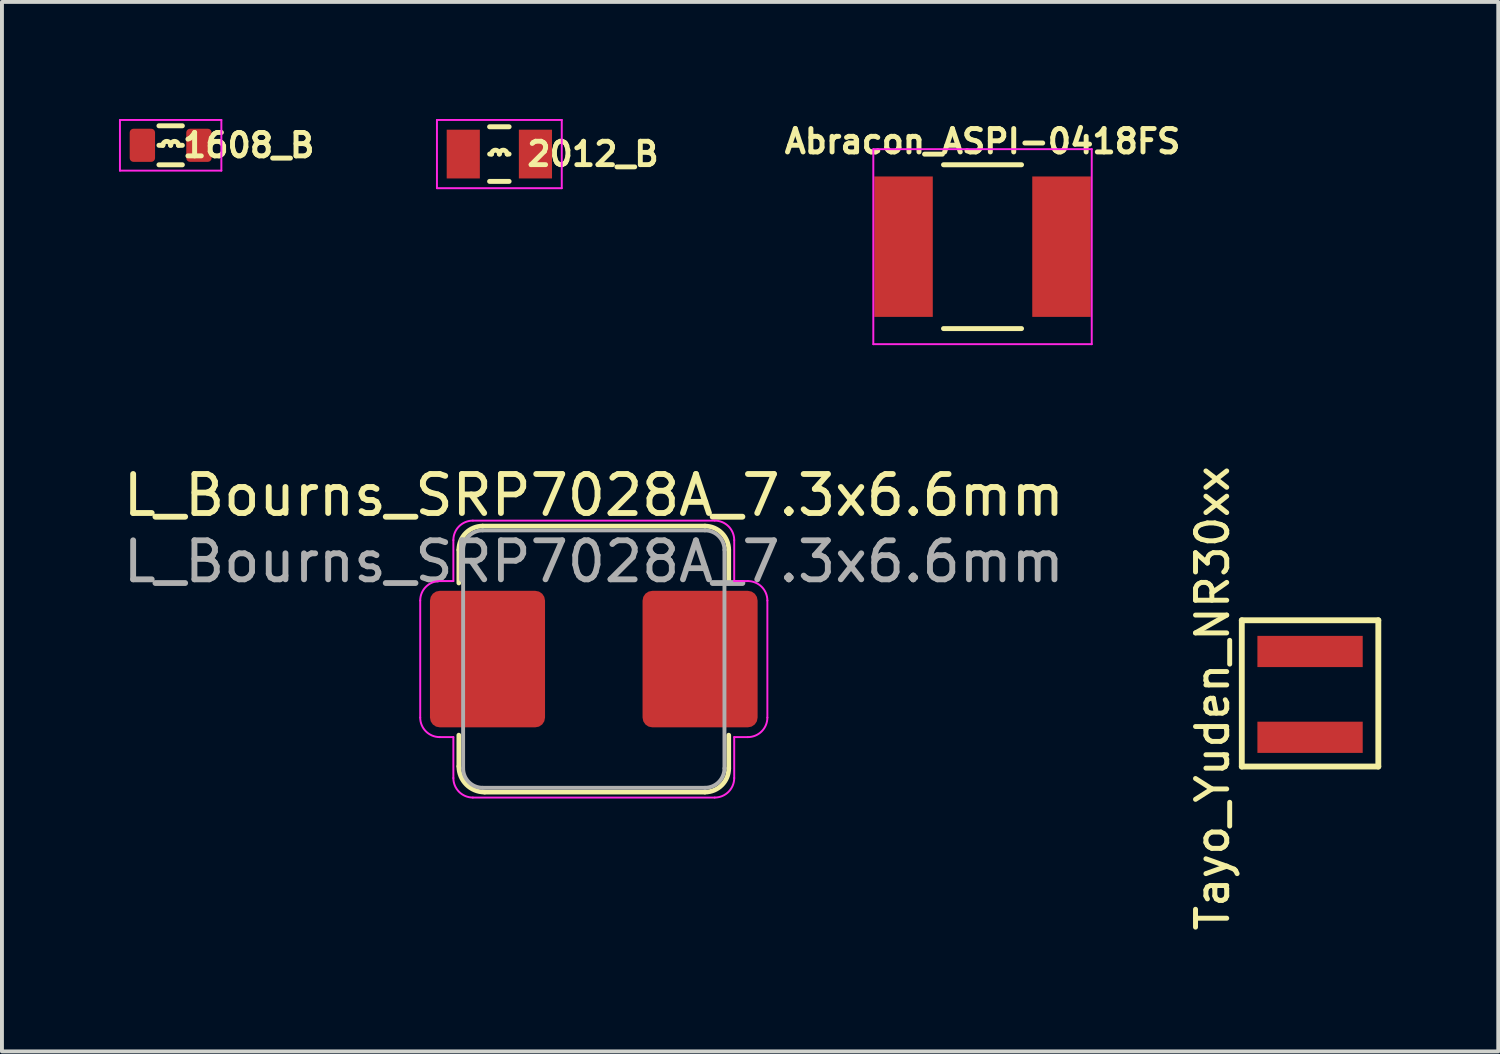
<source format=kicad_pcb>
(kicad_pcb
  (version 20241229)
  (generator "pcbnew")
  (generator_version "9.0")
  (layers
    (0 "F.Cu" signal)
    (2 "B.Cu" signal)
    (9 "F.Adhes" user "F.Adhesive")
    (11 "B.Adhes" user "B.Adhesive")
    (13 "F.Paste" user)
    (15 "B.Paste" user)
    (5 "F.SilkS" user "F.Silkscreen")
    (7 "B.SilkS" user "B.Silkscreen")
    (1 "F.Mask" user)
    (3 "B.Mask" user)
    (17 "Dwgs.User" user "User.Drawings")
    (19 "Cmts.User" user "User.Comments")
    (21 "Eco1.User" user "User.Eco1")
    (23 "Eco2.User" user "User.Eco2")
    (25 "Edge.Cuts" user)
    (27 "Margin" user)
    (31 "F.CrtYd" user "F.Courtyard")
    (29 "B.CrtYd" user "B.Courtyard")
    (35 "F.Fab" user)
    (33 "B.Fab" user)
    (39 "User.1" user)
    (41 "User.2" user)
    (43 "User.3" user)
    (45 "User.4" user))
  (footprint "Abracon_ASPI-0418FS"
    (layer "F.Cu")
    (at 22.139 3.274)
    (property "Reference" "Abracon_ASPI-0418FS" (at 0 -2.7 0) (layer "F.SilkS") (effects (font (size 0.6 0.6) (thickness 0.127))))
    (attr smd)
    (fp_line (start -1 -2.1) (end 1 -2.1) (stroke (width 0.127) (type solid)) (layer "F.SilkS"))
    (fp_line (start -1 2.1) (end 1 2.1) (stroke (width 0.127) (type solid)) (layer "F.SilkS"))
    (fp_line (start -2.8 -2.5) (end -2.8 2.5) (stroke (width 0.05) (type solid)) (layer "F.CrtYd"))
    (fp_line (start -2.8 2.5) (end 2.8 2.5) (stroke (width 0.05) (type solid)) (layer "F.CrtYd"))
    (fp_line (start 2.8 -2.5) (end -2.8 -2.5) (stroke (width 0.05) (type solid)) (layer "F.CrtYd"))
    (fp_line (start 2.8 2.5) (end 2.8 -2.5) (stroke (width 0.05) (type solid)) (layer "F.CrtYd"))
    (pad "1" smd rect (at -2.025 0) (size 1.5 3.6) (layers "F.Cu" "F.Mask" "F.Paste"))
    (pad "2" smd rect (at 2.025 0) (size 1.5 3.6) (layers "F.Cu" "F.Mask" "F.Paste")))
  (footprint "1608_B"
    (layer "F.Cu")
    (at 1.325 0.675)
    (property "Reference" "1608_B" (at 2 0 0) (layer "F.SilkS") (effects (font (size 0.6 0.6) (thickness 0.127))))
    (attr smd)
    (fp_line (start -0.3 -0.5) (end 0.3 -0.5) (stroke (width 0.127) (type solid)) (layer "F.SilkS"))
    (fp_line (start -0.3 0) (end -0.2 0) (stroke (width 0.127) (type solid)) (layer "F.SilkS"))
    (fp_line (start -0.3 0.5) (end 0.3 0.5) (stroke (width 0.127) (type solid)) (layer "F.SilkS"))
    (fp_line (start 0.2 0) (end 0.3 0) (stroke (width 0.127) (type solid)) (layer "F.SilkS"))
    (fp_arc (start -0.2 0) (mid -0.1 -0.1) (end 0 0) (stroke (width 0.127) (type solid)) (layer "F.SilkS"))
    (fp_arc (start 0 0) (mid 0.1 -0.1) (end 0.2 0) (stroke (width 0.127) (type solid)) (layer "F.SilkS"))
    (fp_line (start -1.3 -0.65) (end 1.3 -0.65) (stroke (width 0.05) (type solid)) (layer "F.CrtYd"))
    (fp_line (start -1.3 0.65) (end -1.3 -0.65) (stroke (width 0.05) (type solid)) (layer "F.CrtYd"))
    (fp_line (start 1.3 -0.65) (end 1.3 0.65) (stroke (width 0.05) (type solid)) (layer "F.CrtYd"))
    (fp_line (start 1.3 0.65) (end -1.3 0.65) (stroke (width 0.05) (type solid)) (layer "F.CrtYd"))
    (pad "1" smd roundrect (at -0.725 0) (size 0.65 0.85) (layers "F.Cu" "F.Mask" "F.Paste") (roundrect_rratio 0.15))
    (pad "2" smd roundrect (at 0.725 0) (size 0.65 0.85) (layers "F.Cu" "F.Mask" "F.Paste") (roundrect_rratio 0.15)))
  (footprint "Tayo_Yuden_NR30xx"
    (layer "F.Cu")
    (at 30.536 15.852)
    (property "Reference" "Tayo_Yuden_NR30xx" (at -2.5 -1 270) (layer "F.SilkS") (effects (font (size 0.8 0.8) (thickness 0.127))))
    (attr smd)
    (fp_line (start -1.75 -3) (end 1.75 -3) (stroke (width 0.15) (type solid)) (layer "F.SilkS"))
    (fp_line (start -1.75 0.75) (end -1.75 -3) (stroke (width 0.15) (type solid)) (layer "F.SilkS"))
    (fp_line (start 1.75 -3) (end 1.75 0.75) (stroke (width 0.15) (type solid)) (layer "F.SilkS"))
    (fp_line (start 1.75 0.75) (end -1.75 0.75) (stroke (width 0.15) (type solid)) (layer "F.SilkS"))
    (pad "1" smd rect (at 0 0) (size 2.7 0.8) (layers "F.Cu" "F.Mask" "F.Paste"))
    (pad "2" smd rect (at 0 -2.2 180) (size 2.7 0.8) (layers "F.Cu" "F.Mask" "F.Paste")))
  (footprint "2012_B"
    (layer "F.Cu")
    (at 9.752 0.9)
    (property "Reference" "2012_B" (at 2.4 0 0) (layer "F.SilkS") (effects (font (size 0.6 0.6) (thickness 0.125))))
    (attr smd)
    (fp_line (start -0.25 -0.7) (end 0.25 -0.7) (stroke (width 0.127) (type solid)) (layer "F.SilkS"))
    (fp_line (start -0.25 0.7) (end 0.25 0.7) (stroke (width 0.127) (type solid)) (layer "F.SilkS"))
    (fp_line (start -0.2 0) (end -0.25 0) (stroke (width 0.125) (type solid)) (layer "F.SilkS"))
    (fp_line (start 0.2 0) (end 0.25 0) (stroke (width 0.125) (type solid)) (layer "F.SilkS"))
    (fp_arc (start -0.2 0) (mid -0.1 -0.1) (end 0 0) (stroke (width 0.125) (type solid)) (layer "F.SilkS"))
    (fp_arc (start 0 0) (mid 0.1 -0.1) (end 0.2 0) (stroke (width 0.125) (type solid)) (layer "F.SilkS"))
    (fp_line (start -1.6 -0.875) (end 1.6 -0.875) (stroke (width 0.05) (type solid)) (layer "F.CrtYd"))
    (fp_line (start -1.6 0.875) (end -1.6 -0.875) (stroke (width 0.05) (type solid)) (layer "F.CrtYd"))
    (fp_line (start 1.6 -0.875) (end 1.6 0.875) (stroke (width 0.05) (type solid)) (layer "F.CrtYd"))
    (fp_line (start 1.6 0.875) (end -1.6 0.875) (stroke (width 0.05) (type solid)) (layer "F.CrtYd"))
    (pad "1" smd rect (at -0.925 0) (size 0.85 1.25) (layers "F.Cu" "F.Mask" "F.Paste"))
    (pad "2" smd rect (at 0.925 0) (size 0.85 1.25) (layers "F.Cu" "F.Mask" "F.Paste")))
  (footprint "L_Bourns_SRP7028A_7.3x6.6mm"
    (layer "F.Cu")
    (at 12.173 13.847)
    (property "Reference" "L_Bourns_SRP7028A_7.3x6.6mm" (at 0 -4.2 180) (layer "F.SilkS") (effects (font (size 1 1) (thickness 0.15))))
    (attr smd)
    (fp_line (start -3.46 -1.95) (end -3.46 -2.8) (stroke (width 0.12) (type solid)) (layer "F.SilkS"))
    (fp_line (start -3.46 2.75) (end -3.46 1.95) (stroke (width 0.12) (type solid)) (layer "F.SilkS"))
    (fp_line (start -2.85 -3.41) (end 2.85 -3.41) (stroke (width 0.12) (type solid)) (layer "F.SilkS"))
    (fp_line (start 2.85 3.41) (end -2.8 3.41) (stroke (width 0.12) (type solid)) (layer "F.SilkS"))
    (fp_line (start 3.46 -2.8) (end 3.46 -1.95) (stroke (width 0.12) (type solid)) (layer "F.SilkS"))
    (fp_line (start 3.46 1.95) (end 3.46 2.8) (stroke (width 0.12) (type solid)) (layer "F.SilkS"))
    (fp_arc (start -3.46 -2.8) (mid -3.281335 -3.231335) (end -2.85 -3.41) (stroke (width 0.12) (type solid)) (layer "F.SilkS"))
    (fp_arc (start -2.8 3.41) (mid -3.26669 3.21669) (end -3.46 2.75) (stroke (width 0.12) (type solid)) (layer "F.SilkS"))
    (fp_arc (start 2.85 -3.41) (mid 3.281335 -3.231335) (end 3.46 -2.8) (stroke (width 0.12) (type solid)) (layer "F.SilkS"))
    (fp_arc (start 3.46 2.8) (mid 3.281335 3.231335) (end 2.85 3.41) (stroke (width 0.12) (type solid)) (layer "F.SilkS"))
    (fp_line (start -4.45 1.5) (end -4.45 -1.5) (stroke (width 0.05) (type solid)) (layer "F.CrtYd"))
    (fp_line (start -3.95 -2) (end -3.6 -2) (stroke (width 0.05) (type solid)) (layer "F.CrtYd"))
    (fp_line (start -3.6 -2) (end -3.6 -3.05) (stroke (width 0.05) (type solid)) (layer "F.CrtYd"))
    (fp_line (start -3.6 2) (end -3.95 2) (stroke (width 0.05) (type solid)) (layer "F.CrtYd"))
    (fp_line (start -3.6 3.05) (end -3.6 2) (stroke (width 0.05) (type solid)) (layer "F.CrtYd"))
    (fp_line (start -3.1 -3.55) (end 3.1 -3.55) (stroke (width 0.05) (type solid)) (layer "F.CrtYd"))
    (fp_line (start 3.1 3.55) (end -3.1 3.55) (stroke (width 0.05) (type solid)) (layer "F.CrtYd"))
    (fp_line (start 3.6 -3.05) (end 3.6 -2) (stroke (width 0.05) (type solid)) (layer "F.CrtYd"))
    (fp_line (start 3.6 -2) (end 3.95 -2) (stroke (width 0.05) (type solid)) (layer "F.CrtYd"))
    (fp_line (start 3.6 2) (end 3.6 3.05) (stroke (width 0.05) (type solid)) (layer "F.CrtYd"))
    (fp_line (start 3.95 2) (end 3.6 2) (stroke (width 0.05) (type solid)) (layer "F.CrtYd"))
    (fp_line (start 4.45 -1.5) (end 4.45 1.5) (stroke (width 0.05) (type solid)) (layer "F.CrtYd"))
    (fp_arc (start -4.45 -1.5) (mid -4.303553 -1.853553) (end -3.95 -2) (stroke (width 0.05) (type solid)) (layer "F.CrtYd"))
    (fp_arc (start -3.95 2) (mid -4.303553 1.853553) (end -4.45 1.5) (stroke (width 0.05) (type solid)) (layer "F.CrtYd"))
    (fp_arc (start -3.6 -3.05) (mid -3.453553 -3.403553) (end -3.1 -3.55) (stroke (width 0.05) (type solid)) (layer "F.CrtYd"))
    (fp_arc (start -3.1 3.55) (mid -3.453553 3.403553) (end -3.6 3.05) (stroke (width 0.05) (type solid)) (layer "F.CrtYd"))
    (fp_arc (start 3.1 -3.55) (mid 3.453553 -3.403553) (end 3.6 -3.05) (stroke (width 0.05) (type solid)) (layer "F.CrtYd"))
    (fp_arc (start 3.6 3.05) (mid 3.453553 3.403553) (end 3.1 3.55) (stroke (width 0.05) (type solid)) (layer "F.CrtYd"))
    (fp_arc (start 3.95 -2) (mid 4.303553 -1.853553) (end 4.45 -1.5) (stroke (width 0.05) (type solid)) (layer "F.CrtYd"))
    (fp_arc (start 4.45 1.5) (mid 4.303553 1.853553) (end 3.95 2) (stroke (width 0.05) (type solid)) (layer "F.CrtYd"))
    (fp_line (start -3.35 2.8) (end -3.35 -2.8) (stroke (width 0.1) (type solid)) (layer "F.Fab"))
    (fp_line (start -2.85 -3.3) (end 2.85 -3.3) (stroke (width 0.1) (type solid)) (layer "F.Fab"))
    (fp_line (start 2.85 3.3) (end -2.85 3.3) (stroke (width 0.1) (type solid)) (layer "F.Fab"))
    (fp_line (start 3.35 -2.8) (end 3.35 2.8) (stroke (width 0.1) (type solid)) (layer "F.Fab"))
    (fp_arc (start -3.35 -2.8) (mid -3.203553 -3.153553) (end -2.85 -3.3) (stroke (width 0.1) (type solid)) (layer "F.Fab"))
    (fp_arc (start -2.85 3.3) (mid -3.203553 3.153553) (end -3.35 2.8) (stroke (width 0.1) (type solid)) (layer "F.Fab"))
    (fp_arc (start 2.85 -3.3) (mid 3.203553 -3.153553) (end 3.35 -2.8) (stroke (width 0.1) (type solid)) (layer "F.Fab"))
    (fp_arc (start 3.35 2.8) (mid 3.203553 3.153553) (end 2.85 3.3) (stroke (width 0.1) (type solid)) (layer "F.Fab"))
    (fp_text user "${REFERENCE}" (at 0 -2.5 180) (layer "F.Fab") (effects (font (size 1 1) (thickness 0.15))))
    (pad "1" smd roundrect (at -2.725 0) (size 2.95 3.5) (layers "F.Cu" "F.Mask" "F.Paste") (roundrect_rratio 0.085))
    (pad "2" smd roundrect (at 2.725 0) (size 2.95 3.5) (layers "F.Cu" "F.Mask" "F.Paste") (roundrect_rratio 0.085)))
  (gr_rect
    (start -3 -3)
    (end 35.361 23.906)
    (stroke (width 0.1) (type default))
    (fill no)
    (layer "Edge.Cuts")))
</source>
